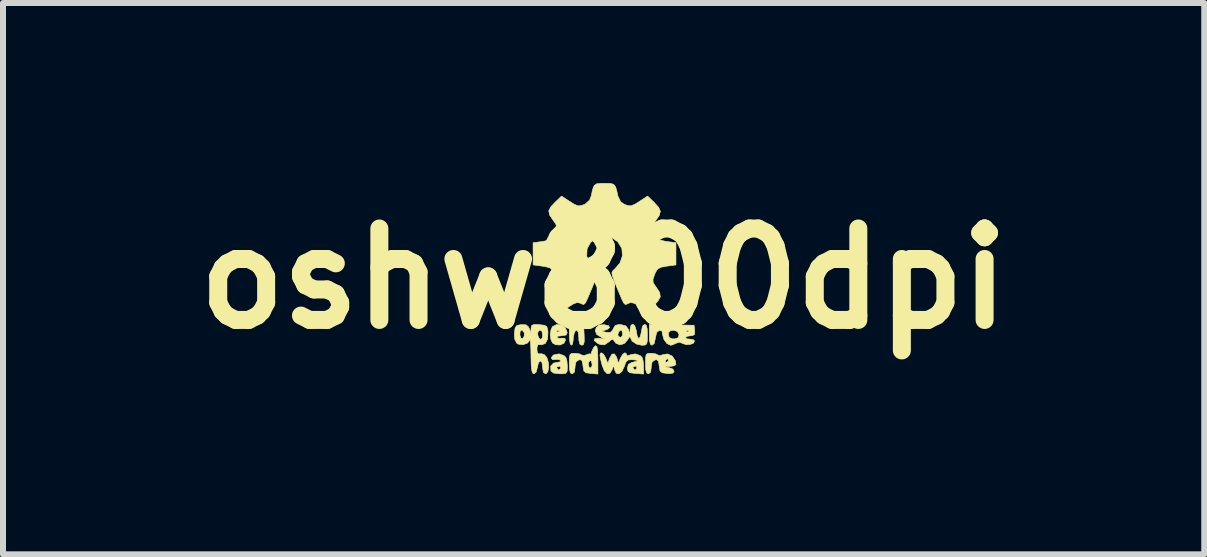
<source format=kicad_pcb>
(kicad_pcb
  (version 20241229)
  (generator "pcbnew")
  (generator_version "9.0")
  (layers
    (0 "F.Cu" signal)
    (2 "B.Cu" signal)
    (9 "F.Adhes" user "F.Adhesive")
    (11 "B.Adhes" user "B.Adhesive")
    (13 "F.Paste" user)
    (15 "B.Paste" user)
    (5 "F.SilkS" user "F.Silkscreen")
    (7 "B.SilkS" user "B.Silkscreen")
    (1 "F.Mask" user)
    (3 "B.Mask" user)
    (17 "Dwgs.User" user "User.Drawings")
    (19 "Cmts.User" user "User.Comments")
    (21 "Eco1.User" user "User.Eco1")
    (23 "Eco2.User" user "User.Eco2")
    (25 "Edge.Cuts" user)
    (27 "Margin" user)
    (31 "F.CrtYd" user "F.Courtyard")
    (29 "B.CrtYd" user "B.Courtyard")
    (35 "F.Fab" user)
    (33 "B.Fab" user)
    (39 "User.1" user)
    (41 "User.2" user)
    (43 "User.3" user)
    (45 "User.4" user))
  (footprint "oshw800dpi"
    (layer "F.Cu")
    (at 7.01 1.593)
    (property "Reference" "oshw800dpi" (at 0 0 0) (layer "F.SilkS") (effects (font (size 1.524 1.524) (thickness 0.3))))
    (attr through_hole)
    (fp_poly (pts (xy -0.452 0.768) (xy -0.333 0.778) (xy -0.324 0.945) (xy -0.322 1.045) (xy -0.333 1.096) (xy -0.36 1.111) (xy -0.363 1.111) (xy -0.397 1.092) (xy -0.412 1.027) (xy -0.413 0.984) (xy -0.421 0.898) (xy -0.443 0.859) (xy -0.472 0.874) (xy -0.489 0.907) (xy -0.504 0.979) (xy -0.508 1.034) (xy -0.519 1.093) (xy -0.54 1.111) (xy -0.557 1.083) (xy -0.569 1.008) (xy -0.572 0.935) (xy -0.572 0.758) (xy -0.452 0.768)) (stroke (width 0.01) (type solid)) (fill yes) (layer "F.SilkS"))
    (fp_poly (pts (xy -0.699 0.773) (xy -0.639 0.819) (xy -0.636 0.823) (xy -0.606 0.9) (xy -0.625 0.941) (xy -0.696 0.952) (xy -0.7 0.953) (xy -0.762 0.96) (xy -0.781 0.98) (xy -0.78 0.981) (xy -0.739 0.998) (xy -0.698 0.993) (xy -0.646 0.996) (xy -0.635 1.025) (xy -0.661 1.078) (xy -0.723 1.106) (xy -0.797 1.103) (xy -0.851 1.073) (xy -0.878 1.016) (xy -0.889 0.937) (xy -0.879 0.868) (xy -0.783 0.868) (xy -0.779 0.887) (xy -0.762 0.889) (xy -0.736 0.877) (xy -0.741 0.868) (xy -0.779 0.864) (xy -0.783 0.868) (xy -0.879 0.868) (xy -0.877 0.854) (xy -0.851 0.8) (xy -0.779 0.765) (xy -0.699 0.773)) (stroke (width 0.01) (type solid)) (fill yes) (layer "F.SilkS"))
    (fp_poly (pts (xy -0.659 1.284) (xy -0.628 1.315) (xy -0.612 1.368) (xy -0.604 1.452) (xy -0.604 1.468) (xy -0.607 1.544) (xy -0.629 1.578) (xy -0.688 1.587) (xy -0.731 1.587) (xy -0.833 1.575) (xy -0.878 1.54) (xy -0.881 1.475) (xy -0.78 1.475) (xy -0.778 1.492) (xy -0.751 1.523) (xy -0.746 1.524) (xy -0.721 1.502) (xy -0.714 1.492) (xy -0.722 1.465) (xy -0.746 1.46) (xy -0.78 1.475) (xy -0.881 1.475) (xy -0.882 1.46) (xy -0.835 1.409) (xy -0.777 1.397) (xy -0.721 1.387) (xy -0.715 1.364) (xy -0.758 1.345) (xy -0.794 1.349) (xy -0.854 1.351) (xy -0.872 1.32) (xy -0.84 1.278) (xy -0.829 1.272) (xy -0.742 1.255) (xy -0.659 1.284)) (stroke (width 0.01) (type solid)) (fill yes) (layer "F.SilkS"))
    (fp_poly (pts (xy -0.113 1.131) (xy -0.101 1.19) (xy -0.096 1.303) (xy -0.095 1.349) (xy -0.095 1.591) (xy -0.214 1.581) (xy -0.293 1.57) (xy -0.329 1.539) (xy -0.342 1.47) (xy -0.343 1.456) (xy -0.347 1.429) (xy -0.254 1.429) (xy -0.241 1.48) (xy -0.222 1.492) (xy -0.196 1.466) (xy -0.191 1.429) (xy -0.204 1.377) (xy -0.222 1.365) (xy -0.248 1.392) (xy -0.254 1.429) (xy -0.347 1.429) (xy -0.355 1.38) (xy -0.38 1.353) (xy -0.414 1.356) (xy -0.46 1.388) (xy -0.476 1.461) (xy -0.476 1.48) (xy -0.487 1.561) (xy -0.522 1.587) (xy -0.524 1.587) (xy -0.553 1.572) (xy -0.568 1.516) (xy -0.572 1.415) (xy -0.57 1.316) (xy -0.559 1.265) (xy -0.531 1.247) (xy -0.476 1.245) (xy -0.475 1.245) (xy -0.402 1.255) (xy -0.362 1.275) (xy -0.325 1.283) (xy -0.284 1.269) (xy -0.235 1.253) (xy -0.219 1.261) (xy -0.21 1.254) (xy -0.194 1.209) (xy -0.164 1.145) (xy -0.134 1.119) (xy -0.113 1.131)) (stroke (width 0.01) (type solid)) (fill yes) (layer "F.SilkS"))
    (fp_poly (pts (xy 0.795 1.245) (xy 0.868 1.255) (xy 0.908 1.275) (xy 0.945 1.283) (xy 0.986 1.269) (xy 1.068 1.256) (xy 1.143 1.292) (xy 1.194 1.365) (xy 1.206 1.431) (xy 1.179 1.452) (xy 1.111 1.465) (xy 1.103 1.465) (xy 1.038 1.469) (xy 1.034 1.474) (xy 1.087 1.483) (xy 1.153 1.508) (xy 1.175 1.544) (xy 1.157 1.575) (xy 1.095 1.584) (xy 1.056 1.581) (xy 0.977 1.57) (xy 0.941 1.539) (xy 0.928 1.47) (xy 0.927 1.456) (xy 0.915 1.38) (xy 0.901 1.365) (xy 1.032 1.365) (xy 1.034 1.395) (xy 1.046 1.397) (xy 1.078 1.374) (xy 1.079 1.365) (xy 1.069 1.334) (xy 1.065 1.333) (xy 1.038 1.356) (xy 1.032 1.365) (xy 0.901 1.365) (xy 0.89 1.353) (xy 0.856 1.356) (xy 0.81 1.388) (xy 0.794 1.461) (xy 0.794 1.48) (xy 0.783 1.561) (xy 0.748 1.587) (xy 0.746 1.587) (xy 0.717 1.572) (xy 0.702 1.516) (xy 0.699 1.415) (xy 0.7 1.316) (xy 0.711 1.265) (xy 0.739 1.247) (xy 0.794 1.245) (xy 0.795 1.245)) (stroke (width 0.01) (type solid)) (fill yes) (layer "F.SilkS"))
    (fp_poly (pts (xy 1.135 0.771) (xy 1.508 0.778) (xy 1.518 0.865) (xy 1.517 0.929) (xy 1.482 0.951) (xy 1.447 0.953) (xy 1.386 0.963) (xy 1.365 0.984) (xy 1.392 1.006) (xy 1.433 1.008) (xy 1.493 1.017) (xy 1.515 1.039) (xy 1.501 1.074) (xy 1.449 1.096) (xy 1.382 1.102) (xy 1.324 1.085) (xy 1.319 1.081) (xy 1.26 1.06) (xy 1.211 1.077) (xy 1.147 1.105) (xy 1.116 1.111) (xy 1.057 1.084) (xy 1.007 1.018) (xy 0.984 0.938) (xy 0.984 0.932) (xy 0.981 0.918) (xy 1.079 0.918) (xy 1.092 0.981) (xy 1.14 1.004) (xy 1.189 1.005) (xy 1.246 0.984) (xy 1.258 0.933) (xy 1.232 0.884) (xy 1.194 0.868) (xy 1.376 0.868) (xy 1.38 0.887) (xy 1.397 0.889) (xy 1.423 0.877) (xy 1.418 0.868) (xy 1.38 0.864) (xy 1.376 0.868) (xy 1.194 0.868) (xy 1.178 0.861) (xy 1.12 0.865) (xy 1.083 0.898) (xy 1.079 0.918) (xy 0.981 0.918) (xy 0.972 0.873) (xy 0.93 0.863) (xy 0.929 0.863) (xy 0.885 0.897) (xy 0.864 0.983) (xy 0.863 0.992) (xy 0.844 1.081) (xy 0.808 1.111) (xy 0.808 1.111) (xy 0.78 1.093) (xy 0.765 1.033) (xy 0.762 0.938) (xy 0.762 0.764) (xy 1.135 0.771)) (stroke (width 0.01) (type solid)) (fill yes) (layer "F.SilkS"))
    (fp_poly (pts (xy 0.379 1.252) (xy 0.381 1.271) (xy 0.401 1.288) (xy 0.442 1.271) (xy 0.528 1.255) (xy 0.611 1.284) (xy 0.642 1.315) (xy 0.658 1.368) (xy 0.666 1.452) (xy 0.666 1.47) (xy 0.667 1.591) (xy 0.532 1.581) (xy 0.446 1.571) (xy 0.407 1.548) (xy 0.397 1.502) (xy 0.397 1.493) (xy 0.401 1.475) (xy 0.49 1.475) (xy 0.492 1.492) (xy 0.519 1.523) (xy 0.524 1.524) (xy 0.549 1.502) (xy 0.556 1.492) (xy 0.548 1.465) (xy 0.524 1.46) (xy 0.49 1.475) (xy 0.401 1.475) (xy 0.412 1.431) (xy 0.467 1.399) (xy 0.492 1.393) (xy 0.558 1.376) (xy 0.563 1.363) (xy 0.505 1.354) (xy 0.468 1.352) (xy 0.407 1.357) (xy 0.371 1.393) (xy 0.344 1.467) (xy 0.304 1.55) (xy 0.254 1.588) (xy 0.209 1.576) (xy 0.181 1.516) (xy 0.167 1.445) (xy 0.143 1.516) (xy 0.105 1.579) (xy 0.059 1.585) (xy 0.012 1.537) (xy -0.025 1.444) (xy -0.053 1.333) (xy -0.061 1.271) (xy -0.051 1.243) (xy -0.031 1.238) (xy 0.003 1.265) (xy 0.036 1.326) (xy 0.071 1.413) (xy 0.102 1.324) (xy 0.14 1.259) (xy 0.182 1.256) (xy 0.218 1.313) (xy 0.225 1.336) (xy 0.245 1.413) (xy 0.281 1.326) (xy 0.317 1.265) (xy 0.354 1.237) (xy 0.379 1.252)) (stroke (width 0.01) (type solid)) (fill yes) (layer "F.SilkS"))
    (fp_poly (pts (xy 0.521 0.79) (xy 0.544 0.864) (xy 0.546 0.881) (xy 0.56 0.958) (xy 0.582 0.998) (xy 0.587 1) (xy 0.61 0.972) (xy 0.627 0.902) (xy 0.629 0.881) (xy 0.648 0.792) (xy 0.684 0.762) (xy 0.685 0.762) (xy 0.712 0.78) (xy 0.727 0.84) (xy 0.73 0.937) (xy 0.729 1.036) (xy 0.718 1.088) (xy 0.69 1.108) (xy 0.637 1.111) (xy 0.546 1.091) (xy 0.474 1.041) (xy 0.444 0.976) (xy 0.444 0.974) (xy 0.432 0.971) (xy 0.404 1.014) (xy 0.404 1.016) (xy 0.345 1.083) (xy 0.273 1.105) (xy 0.206 1.078) (xy 0.187 1.054) (xy 0.156 1.013) (xy 0.127 1.019) (xy 0.091 1.052) (xy 0.016 1.104) (xy -0.061 1.098) (xy -0.103 1.077) (xy -0.155 1.033) (xy -0.148 1.002) (xy -0.089 0.993) (xy -0.056 0.998) (xy 0.009 1.008) (xy 0.015 1.004) (xy -0.031 0.983) (xy -0.111 0.933) (xy 0.237 0.933) (xy 0.246 0.965) (xy 0.289 0.983) (xy 0.315 0.946) (xy 0.318 0.921) (xy 0.306 0.869) (xy 0.289 0.857) (xy 0.254 0.883) (xy 0.237 0.933) (xy -0.111 0.933) (xy -0.115 0.931) (xy -0.139 0.868) (xy -0.123 0.817) (xy -0.074 0.774) (xy 0.01 0.768) (xy 0.084 0.787) (xy 0.101 0.818) (xy 0.058 0.849) (xy 0.026 0.859) (xy -0.021 0.873) (xy -0.012 0.883) (xy 0.042 0.895) (xy 0.112 0.898) (xy 0.15 0.861) (xy 0.161 0.835) (xy 0.195 0.781) (xy 0.253 0.766) (xy 0.292 0.768) (xy 0.373 0.79) (xy 0.412 0.844) (xy 0.416 0.857) (xy 0.438 0.937) (xy 0.441 0.849) (xy 0.457 0.778) (xy 0.488 0.759) (xy 0.521 0.79)) (stroke (width 0.01) (type solid)) (fill yes) (layer "F.SilkS"))
    (fp_poly (pts (xy -1.072 0.768) (xy -0.987 0.778) (xy -0.946 0.801) (xy -0.931 0.857) (xy -0.927 0.899) (xy -0.934 1.01) (xy -0.972 1.082) (xy -1.035 1.104) (xy -1.053 1.101) (xy -1.095 1.102) (xy -1.11 1.147) (xy -1.111 1.18) (xy -1.103 1.241) (xy -1.081 1.255) (xy -1.08 1.255) (xy -1.031 1.253) (xy -0.985 1.27) (xy -0.946 1.316) (xy -0.922 1.393) (xy -0.916 1.477) (xy -0.928 1.548) (xy -0.958 1.586) (xy -0.968 1.587) (xy -1.003 1.564) (xy -1.016 1.488) (xy -1.016 1.474) (xy -1.028 1.395) (xy -1.055 1.372) (xy -1.085 1.402) (xy -1.105 1.484) (xy -1.105 1.487) (xy -1.126 1.562) (xy -1.161 1.587) (xy -1.183 1.575) (xy -1.197 1.53) (xy -1.206 1.444) (xy -1.21 1.305) (xy -1.21 1.278) (xy -1.213 1.154) (xy -1.218 1.065) (xy -1.224 1.022) (xy -1.228 1.024) (xy -1.27 1.076) (xy -1.344 1.102) (xy -1.421 1.093) (xy -1.447 1.078) (xy -1.482 1.009) (xy -1.485 0.937) (xy -1.396 0.937) (xy -1.381 0.988) (xy -1.375 0.995) (xy -1.346 0.997) (xy -1.323 0.96) (xy -1.322 0.937) (xy -1.099 0.937) (xy -1.078 0.992) (xy -1.044 1.016) (xy -1.023 0.989) (xy -1.016 0.937) (xy -1.03 0.874) (xy -1.062 0.858) (xy -1.094 0.886) (xy -1.099 0.937) (xy -1.322 0.937) (xy -1.321 0.908) (xy -1.324 0.9) (xy -1.356 0.861) (xy -1.369 0.857) (xy -1.391 0.883) (xy -1.396 0.937) (xy -1.485 0.937) (xy -1.486 0.908) (xy -1.475 0.824) (xy -1.45 0.785) (xy -1.393 0.77) (xy -1.373 0.768) (xy -1.295 0.77) (xy -1.252 0.805) (xy -1.24 0.831) (xy -1.211 0.905) (xy -1.209 0.832) (xy -1.201 0.786) (xy -1.169 0.767) (xy -1.096 0.766) (xy -1.072 0.768)) (stroke (width 0.01) (type solid)) (fill yes) (layer "F.SilkS"))
    (fp_poly (pts (xy 0.111 -1.586) (xy 0.168 -1.571) (xy 0.2 -1.529) (xy 0.223 -1.448) (xy 0.237 -1.378) (xy 0.283 -1.282) (xy 0.336 -1.243) (xy 0.406 -1.215) (xy 0.461 -1.213) (xy 0.524 -1.24) (xy 0.605 -1.291) (xy 0.733 -1.375) (xy 0.843 -1.269) (xy 0.919 -1.185) (xy 0.946 -1.119) (xy 0.926 -1.049) (xy 0.872 -0.97) (xy 0.823 -0.9) (xy 0.809 -0.85) (xy 0.827 -0.791) (xy 0.845 -0.752) (xy 0.886 -0.682) (xy 0.937 -0.644) (xy 1.021 -0.623) (xy 1.053 -0.618) (xy 1.206 -0.597) (xy 1.206 -0.228) (xy 1.052 -0.207) (xy 0.956 -0.189) (xy 0.901 -0.16) (xy 0.866 -0.105) (xy 0.85 -0.067) (xy 0.823 0.014) (xy 0.826 0.067) (xy 0.863 0.126) (xy 0.878 0.145) (xy 0.935 0.232) (xy 0.945 0.304) (xy 0.904 0.378) (xy 0.843 0.443) (xy 0.733 0.55) (xy 0.604 0.465) (xy 0.515 0.413) (xy 0.455 0.399) (xy 0.414 0.412) (xy 0.383 0.428) (xy 0.36 0.431) (xy 0.338 0.41) (xy 0.31 0.358) (xy 0.27 0.264) (xy 0.221 0.147) (xy 0.172 0.025) (xy 0.145 -0.052) (xy 0.138 -0.098) (xy 0.151 -0.127) (xy 0.18 -0.154) (xy 0.182 -0.155) (xy 0.273 -0.26) (xy 0.314 -0.381) (xy 0.304 -0.503) (xy 0.239 -0.609) (xy 0.237 -0.612) (xy 0.118 -0.695) (xy -0.006 -0.716) (xy -0.129 -0.674) (xy -0.219 -0.599) (xy -0.275 -0.496) (xy -0.281 -0.377) (xy -0.238 -0.257) (xy -0.15 -0.155) (xy -0.15 -0.155) (xy -0.12 -0.128) (xy -0.107 -0.099) (xy -0.112 -0.054) (xy -0.138 0.021) (xy -0.187 0.14) (xy -0.189 0.147) (xy -0.246 0.282) (xy -0.284 0.369) (xy -0.31 0.415) (xy -0.332 0.431) (xy -0.356 0.426) (xy -0.383 0.412) (xy -0.436 0.398) (xy -0.5 0.42) (xy -0.563 0.459) (xy -0.638 0.508) (xy -0.69 0.536) (xy -0.7 0.54) (xy -0.731 0.519) (xy -0.788 0.466) (xy -0.819 0.435) (xy -0.892 0.348) (xy -0.915 0.278) (xy -0.89 0.206) (xy -0.846 0.145) (xy -0.8 0.08) (xy -0.789 0.028) (xy -0.809 -0.043) (xy -0.818 -0.067) (xy -0.853 -0.14) (xy -0.896 -0.179) (xy -0.97 -0.199) (xy -1.02 -0.207) (xy -1.175 -0.228) (xy -1.175 -0.413) (xy -1.175 -0.597) (xy -1.021 -0.618) (xy -0.923 -0.637) (xy -0.866 -0.669) (xy -0.825 -0.729) (xy -0.813 -0.752) (xy -0.782 -0.826) (xy -0.78 -0.876) (xy -0.813 -0.933) (xy -0.84 -0.97) (xy -0.9 -1.059) (xy -0.914 -1.128) (xy -0.88 -1.195) (xy -0.811 -1.269) (xy -0.701 -1.375) (xy -0.573 -1.291) (xy -0.484 -1.235) (xy -0.423 -1.212) (xy -0.368 -1.217) (xy -0.305 -1.243) (xy -0.232 -1.309) (xy -0.206 -1.378) (xy -0.182 -1.489) (xy -0.157 -1.551) (xy -0.115 -1.58) (xy -0.044 -1.587) (xy 0.016 -1.587) (xy 0.111 -1.586)) (stroke (width 0.01) (type solid)) (fill yes) (layer "F.SilkS")))
  (gr_rect
    (start -3 -3)
    (end 17.021 6.189)
    (stroke (width 0.1) (type default))
    (fill no)
    (layer "Edge.Cuts")))
</source>
